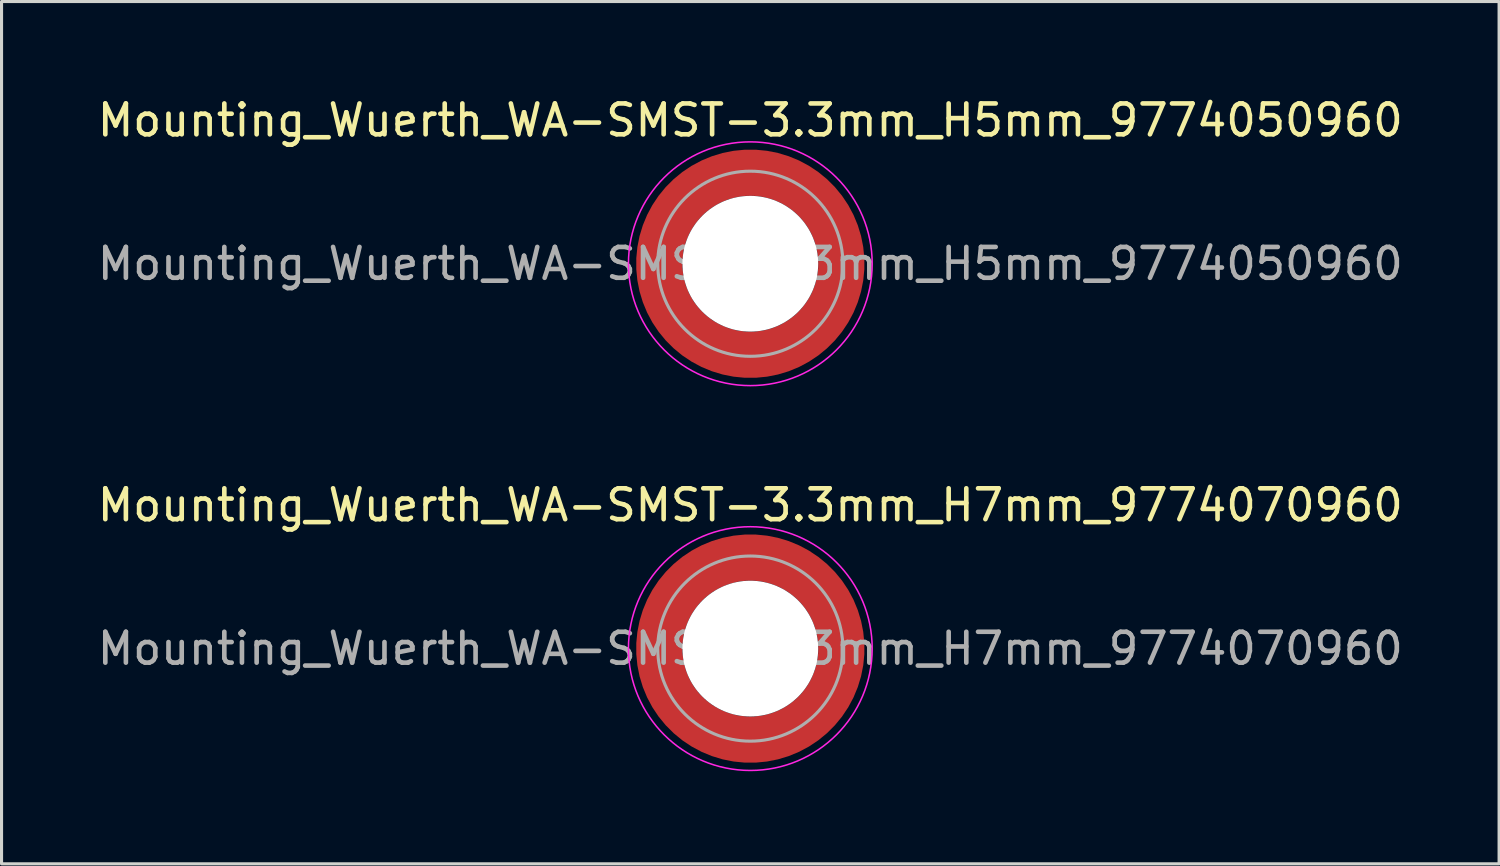
<source format=kicad_pcb>
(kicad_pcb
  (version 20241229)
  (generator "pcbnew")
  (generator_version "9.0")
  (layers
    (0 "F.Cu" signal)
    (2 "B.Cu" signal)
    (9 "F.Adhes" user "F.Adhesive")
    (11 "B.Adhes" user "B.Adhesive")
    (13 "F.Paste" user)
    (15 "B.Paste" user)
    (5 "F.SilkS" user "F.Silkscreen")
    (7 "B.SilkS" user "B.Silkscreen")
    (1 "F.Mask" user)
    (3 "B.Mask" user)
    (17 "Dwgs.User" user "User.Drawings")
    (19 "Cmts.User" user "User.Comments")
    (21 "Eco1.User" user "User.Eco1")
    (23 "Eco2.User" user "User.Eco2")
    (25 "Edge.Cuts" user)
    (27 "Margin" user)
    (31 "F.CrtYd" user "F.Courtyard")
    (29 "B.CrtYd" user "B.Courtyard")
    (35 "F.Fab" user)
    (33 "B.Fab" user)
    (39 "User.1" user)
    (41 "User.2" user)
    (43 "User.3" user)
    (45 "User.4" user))
  (footprint "Mounting_Wuerth_WA-SMST-3.3mm_H7mm_9774070960"
    (layer "F.Cu")
    (at 21.268 17.971)
    (property "Reference" "Mounting_Wuerth_WA-SMST-3.3mm_H7mm_9774070960" (at 0 -4.65 0) (layer "F.SilkS") (effects (font (size 1 1) (thickness 0.15))))
    (attr smd)
    (fp_circle (center 0 0) (end 3.95 0) (stroke (width 0.05) (type solid)) (fill no) (layer "F.CrtYd"))
    (fp_circle (center 0 0) (end 3 0) (stroke (width 0.1) (type solid)) (fill no) (layer "F.Fab"))
    (fp_text user "${REFERENCE}" (at 0 0 0) (layer "F.Fab") (effects (font (size 1 1) (thickness 0.15))))
    (pad "" smd custom (at -2.058 -2.058) (size 0.7 0.7) (layers "F.Paste") (options (anchor circle)) (primitives (gr_arc (start -0.377294 1.707681) (mid 0.318198 0.318198) (end 1.707681 -0.377294) (width 0.2)) (gr_arc (start -0.478281 1.707681) (mid 0.247487 0.247487) (end 1.707681 -0.478281) (width 0.2)) (gr_arc (start -0.579192 1.707681) (mid 0.176777 0.176777) (end 1.707681 -0.579192) (width 0.2)) (gr_arc (start -0.680037 1.707681) (mid 0.106066 0.106066) (end 1.707681 -0.680037) (width 0.2)) (gr_arc (start -0.780822 1.707681) (mid 0.035356 0.035356) (end 1.707681 -0.780822) (width 0.2)) (gr_arc (start -0.881554 1.707681) (mid -0.035355 -0.035355) (end 1.707681 -0.881554) (width 0.2)) (gr_arc (start -0.982237 1.707681) (mid -0.106066 -0.106066) (end 1.707681 -0.982237) (width 0.2)) (gr_arc (start -1.082877 1.707681) (mid -0.176777 -0.176777) (end 1.707681 -1.082877) (width 0.2)) (gr_arc (start -1.183476 1.707681) (mid -0.247487 -0.247487) (end 1.707681 -1.183476) (width 0.2)) (gr_arc (start -1.28404 1.707681) (mid -0.318198 -0.318198) (end 1.707681 -1.28404) (width 0.2)) (gr_line (start 1.708 -0.377) (end 1.708 -1.284) (width 0.2)) (gr_line (start -0.377 1.708) (end -1.284 1.708) (width 0.2))))
    (pad "" smd custom (at -2.058 2.058) (size 0.7 0.7) (layers "F.Paste") (options (anchor circle)) (primitives (gr_arc (start 1.707681 0.377294) (mid 0.318198 -0.318198) (end -0.377294 -1.707681) (width 0.2)) (gr_arc (start 1.707681 0.478281) (mid 0.247487 -0.247487) (end -0.478281 -1.707681) (width 0.2)) (gr_arc (start 1.707681 0.579192) (mid 0.176777 -0.176777) (end -0.579192 -1.707681) (width 0.2)) (gr_arc (start 1.707681 0.680037) (mid 0.106066 -0.106066) (end -0.680037 -1.707681) (width 0.2)) (gr_arc (start 1.707681 0.780822) (mid 0.035356 -0.035356) (end -0.780822 -1.707681) (width 0.2)) (gr_arc (start 1.707681 0.881554) (mid -0.035355 0.035355) (end -0.881554 -1.707681) (width 0.2)) (gr_arc (start 1.707681 0.982237) (mid -0.106066 0.106066) (end -0.982237 -1.707681) (width 0.2)) (gr_arc (start 1.707681 1.082877) (mid -0.176777 0.176777) (end -1.082877 -1.707681) (width 0.2)) (gr_arc (start 1.707681 1.183476) (mid -0.247487 0.247487) (end -1.183476 -1.707681) (width 0.2)) (gr_arc (start 1.707681 1.28404) (mid -0.318198 0.318198) (end -1.28404 -1.707681) (width 0.2)) (gr_line (start -0.377 -1.708) (end -1.284 -1.708) (width 0.2)) (gr_line (start 1.708 0.377) (end 1.708 1.284) (width 0.2))))
    (pad "" np_thru_hole circle (at 0 0) (size 4.4 4.4) (drill 4.4) (layers "*.Cu" "*.Mask"))
    (pad "" smd custom (at 2.058 -2.058) (size 0.7 0.7) (layers "F.Paste") (options (anchor circle)) (primitives (gr_arc (start -1.707681 -0.377294) (mid -0.318198 0.318198) (end 0.377294 1.707681) (width 0.2)) (gr_arc (start -1.707681 -0.478281) (mid -0.247487 0.247487) (end 0.478281 1.707681) (width 0.2)) (gr_arc (start -1.707681 -0.579192) (mid -0.176777 0.176777) (end 0.579192 1.707681) (width 0.2)) (gr_arc (start -1.707681 -0.680037) (mid -0.106066 0.106066) (end 0.680037 1.707681) (width 0.2)) (gr_arc (start -1.707681 -0.780822) (mid -0.035356 0.035356) (end 0.780822 1.707681) (width 0.2)) (gr_arc (start -1.707681 -0.881554) (mid 0.035355 -0.035355) (end 0.881554 1.707681) (width 0.2)) (gr_arc (start -1.707681 -0.982237) (mid 0.106066 -0.106066) (end 0.982237 1.707681) (width 0.2)) (gr_arc (start -1.707681 -1.082877) (mid 0.176777 -0.176777) (end 1.082877 1.707681) (width 0.2)) (gr_arc (start -1.707681 -1.183476) (mid 0.247487 -0.247487) (end 1.183476 1.707681) (width 0.2)) (gr_arc (start -1.707681 -1.28404) (mid 0.318198 -0.318198) (end 1.28404 1.707681) (width 0.2)) (gr_line (start 0.377 1.708) (end 1.284 1.708) (width 0.2)) (gr_line (start -1.708 -0.377) (end -1.708 -1.284) (width 0.2))))
    (pad "" smd custom (at 2.058 2.058) (size 0.7 0.7) (layers "F.Paste") (options (anchor circle)) (primitives (gr_arc (start 0.377294 -1.707681) (mid -0.318198 -0.318198) (end -1.707681 0.377294) (width 0.2)) (gr_arc (start 0.478281 -1.707681) (mid -0.247487 -0.247487) (end -1.707681 0.478281) (width 0.2)) (gr_arc (start 0.579192 -1.707681) (mid -0.176777 -0.176777) (end -1.707681 0.579192) (width 0.2)) (gr_arc (start 0.680037 -1.707681) (mid -0.106066 -0.106066) (end -1.707681 0.680037) (width 0.2)) (gr_arc (start 0.780822 -1.707681) (mid -0.035356 -0.035356) (end -1.707681 0.780822) (width 0.2)) (gr_arc (start 0.881554 -1.707681) (mid 0.035355 0.035355) (end -1.707681 0.881554) (width 0.2)) (gr_arc (start 0.982237 -1.707681) (mid 0.106066 0.106066) (end -1.707681 0.982237) (width 0.2)) (gr_arc (start 1.082877 -1.707681) (mid 0.176777 0.176777) (end -1.707681 1.082877) (width 0.2)) (gr_arc (start 1.183476 -1.707681) (mid 0.247487 0.247487) (end -1.707681 1.183476) (width 0.2)) (gr_arc (start 1.28404 -1.707681) (mid 0.318198 0.318198) (end -1.707681 1.28404) (width 0.2)) (gr_line (start -1.708 0.377) (end -1.708 1.284) (width 0.2)) (gr_line (start 0.377 -1.708) (end 1.284 -1.708) (width 0.2))))
    (pad "1" smd circle (at -2.95 0) (size 1.1 1.1) (layers "F.Cu"))
    (pad "1" smd circle (at 0 -2.95) (size 1.1 1.1) (layers "F.Cu"))
    (pad "1" smd circle (at 0 2.95) (size 1.1 1.1) (layers "F.Cu"))
    (pad "1" smd custom (at 2.95 0) (size 1.1 1.1) (layers "F.Cu" "F.Mask") (options (anchor circle)) (primitives (gr_circle (center -2.95 0) (end 0 0) (width 1.5) (fill no)))))
  (footprint "Mounting_Wuerth_WA-SMST-3.3mm_H5mm_9774050960"
    (layer "F.Cu")
    (at 21.268 5.498)
    (property "Reference" "Mounting_Wuerth_WA-SMST-3.3mm_H5mm_9774050960" (at 0 -4.65 0) (layer "F.SilkS") (effects (font (size 1 1) (thickness 0.15))))
    (attr smd)
    (fp_circle (center 0 0) (end 3.95 0) (stroke (width 0.05) (type solid)) (fill no) (layer "F.CrtYd"))
    (fp_circle (center 0 0) (end 3 0) (stroke (width 0.1) (type solid)) (fill no) (layer "F.Fab"))
    (fp_text user "${REFERENCE}" (at 0 0 0) (layer "F.Fab") (effects (font (size 1 1) (thickness 0.15))))
    (pad "" smd custom (at -2.058 -2.058) (size 0.7 0.7) (layers "F.Paste") (options (anchor circle)) (primitives (gr_arc (start -0.377294 1.707681) (mid 0.318198 0.318198) (end 1.707681 -0.377294) (width 0.2)) (gr_arc (start -0.478281 1.707681) (mid 0.247487 0.247487) (end 1.707681 -0.478281) (width 0.2)) (gr_arc (start -0.579192 1.707681) (mid 0.176777 0.176777) (end 1.707681 -0.579192) (width 0.2)) (gr_arc (start -0.680037 1.707681) (mid 0.106066 0.106066) (end 1.707681 -0.680037) (width 0.2)) (gr_arc (start -0.780822 1.707681) (mid 0.035356 0.035356) (end 1.707681 -0.780822) (width 0.2)) (gr_arc (start -0.881554 1.707681) (mid -0.035355 -0.035355) (end 1.707681 -0.881554) (width 0.2)) (gr_arc (start -0.982237 1.707681) (mid -0.106066 -0.106066) (end 1.707681 -0.982237) (width 0.2)) (gr_arc (start -1.082877 1.707681) (mid -0.176777 -0.176777) (end 1.707681 -1.082877) (width 0.2)) (gr_arc (start -1.183476 1.707681) (mid -0.247487 -0.247487) (end 1.707681 -1.183476) (width 0.2)) (gr_arc (start -1.28404 1.707681) (mid -0.318198 -0.318198) (end 1.707681 -1.28404) (width 0.2)) (gr_line (start 1.708 -0.377) (end 1.708 -1.284) (width 0.2)) (gr_line (start -0.377 1.708) (end -1.284 1.708) (width 0.2))))
    (pad "" smd custom (at -2.058 2.058) (size 0.7 0.7) (layers "F.Paste") (options (anchor circle)) (primitives (gr_arc (start 1.707681 0.377294) (mid 0.318198 -0.318198) (end -0.377294 -1.707681) (width 0.2)) (gr_arc (start 1.707681 0.478281) (mid 0.247487 -0.247487) (end -0.478281 -1.707681) (width 0.2)) (gr_arc (start 1.707681 0.579192) (mid 0.176777 -0.176777) (end -0.579192 -1.707681) (width 0.2)) (gr_arc (start 1.707681 0.680037) (mid 0.106066 -0.106066) (end -0.680037 -1.707681) (width 0.2)) (gr_arc (start 1.707681 0.780822) (mid 0.035356 -0.035356) (end -0.780822 -1.707681) (width 0.2)) (gr_arc (start 1.707681 0.881554) (mid -0.035355 0.035355) (end -0.881554 -1.707681) (width 0.2)) (gr_arc (start 1.707681 0.982237) (mid -0.106066 0.106066) (end -0.982237 -1.707681) (width 0.2)) (gr_arc (start 1.707681 1.082877) (mid -0.176777 0.176777) (end -1.082877 -1.707681) (width 0.2)) (gr_arc (start 1.707681 1.183476) (mid -0.247487 0.247487) (end -1.183476 -1.707681) (width 0.2)) (gr_arc (start 1.707681 1.28404) (mid -0.318198 0.318198) (end -1.28404 -1.707681) (width 0.2)) (gr_line (start -0.377 -1.708) (end -1.284 -1.708) (width 0.2)) (gr_line (start 1.708 0.377) (end 1.708 1.284) (width 0.2))))
    (pad "" np_thru_hole circle (at 0 0) (size 4.4 4.4) (drill 4.4) (layers "*.Cu" "*.Mask"))
    (pad "" smd custom (at 2.058 -2.058) (size 0.7 0.7) (layers "F.Paste") (options (anchor circle)) (primitives (gr_arc (start -1.707681 -0.377294) (mid -0.318198 0.318198) (end 0.377294 1.707681) (width 0.2)) (gr_arc (start -1.707681 -0.478281) (mid -0.247487 0.247487) (end 0.478281 1.707681) (width 0.2)) (gr_arc (start -1.707681 -0.579192) (mid -0.176777 0.176777) (end 0.579192 1.707681) (width 0.2)) (gr_arc (start -1.707681 -0.680037) (mid -0.106066 0.106066) (end 0.680037 1.707681) (width 0.2)) (gr_arc (start -1.707681 -0.780822) (mid -0.035356 0.035356) (end 0.780822 1.707681) (width 0.2)) (gr_arc (start -1.707681 -0.881554) (mid 0.035355 -0.035355) (end 0.881554 1.707681) (width 0.2)) (gr_arc (start -1.707681 -0.982237) (mid 0.106066 -0.106066) (end 0.982237 1.707681) (width 0.2)) (gr_arc (start -1.707681 -1.082877) (mid 0.176777 -0.176777) (end 1.082877 1.707681) (width 0.2)) (gr_arc (start -1.707681 -1.183476) (mid 0.247487 -0.247487) (end 1.183476 1.707681) (width 0.2)) (gr_arc (start -1.707681 -1.28404) (mid 0.318198 -0.318198) (end 1.28404 1.707681) (width 0.2)) (gr_line (start 0.377 1.708) (end 1.284 1.708) (width 0.2)) (gr_line (start -1.708 -0.377) (end -1.708 -1.284) (width 0.2))))
    (pad "" smd custom (at 2.058 2.058) (size 0.7 0.7) (layers "F.Paste") (options (anchor circle)) (primitives (gr_arc (start 0.377294 -1.707681) (mid -0.318198 -0.318198) (end -1.707681 0.377294) (width 0.2)) (gr_arc (start 0.478281 -1.707681) (mid -0.247487 -0.247487) (end -1.707681 0.478281) (width 0.2)) (gr_arc (start 0.579192 -1.707681) (mid -0.176777 -0.176777) (end -1.707681 0.579192) (width 0.2)) (gr_arc (start 0.680037 -1.707681) (mid -0.106066 -0.106066) (end -1.707681 0.680037) (width 0.2)) (gr_arc (start 0.780822 -1.707681) (mid -0.035356 -0.035356) (end -1.707681 0.780822) (width 0.2)) (gr_arc (start 0.881554 -1.707681) (mid 0.035355 0.035355) (end -1.707681 0.881554) (width 0.2)) (gr_arc (start 0.982237 -1.707681) (mid 0.106066 0.106066) (end -1.707681 0.982237) (width 0.2)) (gr_arc (start 1.082877 -1.707681) (mid 0.176777 0.176777) (end -1.707681 1.082877) (width 0.2)) (gr_arc (start 1.183476 -1.707681) (mid 0.247487 0.247487) (end -1.707681 1.183476) (width 0.2)) (gr_arc (start 1.28404 -1.707681) (mid 0.318198 0.318198) (end -1.707681 1.28404) (width 0.2)) (gr_line (start -1.708 0.377) (end -1.708 1.284) (width 0.2)) (gr_line (start 0.377 -1.708) (end 1.284 -1.708) (width 0.2))))
    (pad "1" smd circle (at -2.95 0) (size 1.1 1.1) (layers "F.Cu"))
    (pad "1" smd circle (at 0 -2.95) (size 1.1 1.1) (layers "F.Cu"))
    (pad "1" smd circle (at 0 2.95) (size 1.1 1.1) (layers "F.Cu"))
    (pad "1" smd custom (at 2.95 0) (size 1.1 1.1) (layers "F.Cu" "F.Mask") (options (anchor circle)) (primitives (gr_circle (center -2.95 0) (end 0 0) (width 1.5) (fill no)))))
  (gr_rect
    (start -3 -3)
    (end 45.536 24.947)
    (stroke (width 0.1) (type default))
    (fill no)
    (layer "Edge.Cuts")))
</source>
